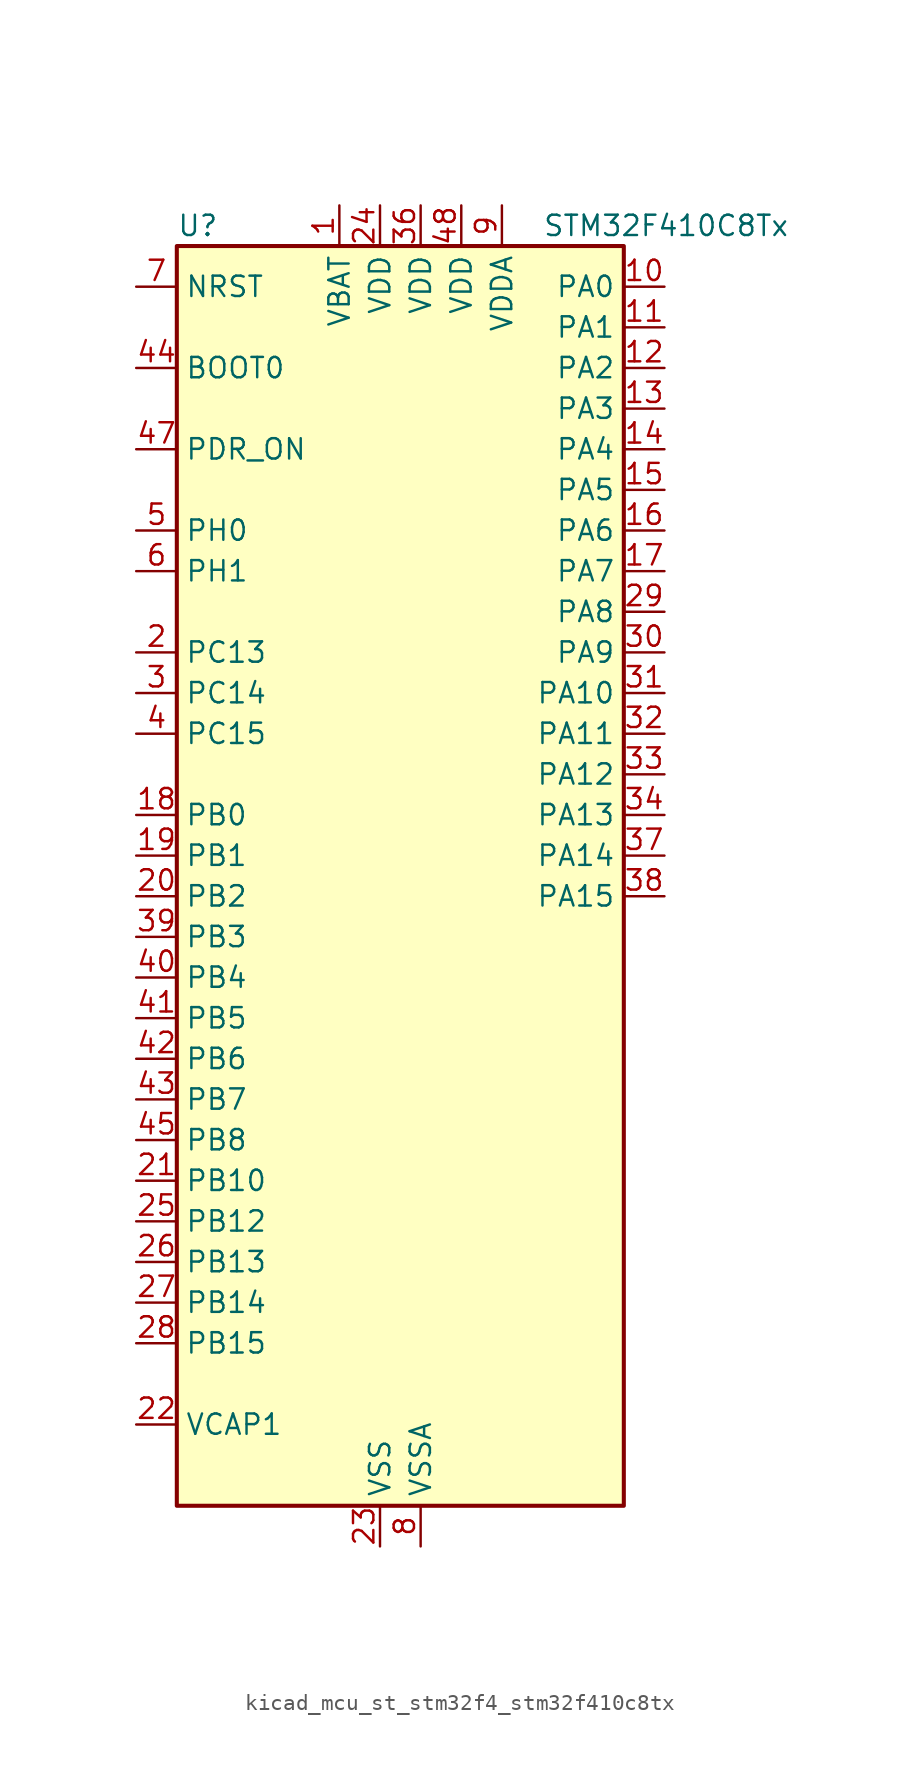
<source format=kicad_sym>
(kicad_symbol_lib
  (version 20220914)
  (generator kicad_symbol_editor)
  (symbol "kicad_mcu_st_stm32f4_stm32f410c8tx"
    (property "Reference" "U"
      (at -12.7 41.91 0)
      (effects (font (size 1.27 1.27)) (justify left)))
    (property "Value" "STM32F410C8Tx"
      (at 10.16 41.91 0)
      (effects (font (size 1.27 1.27)) (justify left)))
    (property "ki_locked" ""
      (at 0 0 0)
      (effects (font (size 1.27 1.27))))
    (symbol "kicad_mcu_st_stm32f4_stm32f410c8tx_0_1"
      (rectangle (start -12.7 -38.1) (end 15.24 40.64) (stroke (width 0.254) (type default)) (fill (type background))))
    (symbol "kicad_mcu_st_stm32f4_stm32f410c8tx_1_1"
      (pin power_in line (at -2.54 43.18 270) (length 2.54) (name "VBAT" (effects (font (size 1.27 1.27)))) (number "1" (effects (font (size 1.27 1.27)))))
      (pin bidirectional line (at 17.78 38.1 180) (length 2.54) (name "PA0" (effects (font (size 1.27 1.27)))) (number "10" (effects (font (size 1.27 1.27)))) (alternate "ADC1_IN0" bidirectional line) (alternate "SYS_WKUP1" bidirectional line) (alternate "TIM5_CH1" bidirectional line) (alternate "USART2_CTS" bidirectional line))
      (pin bidirectional line (at 17.78 35.56 180) (length 2.54) (name "PA1" (effects (font (size 1.27 1.27)))) (number "11" (effects (font (size 1.27 1.27)))) (alternate "ADC1_IN1" bidirectional line) (alternate "TIM5_CH2" bidirectional line) (alternate "USART2_RTS" bidirectional line))
      (pin bidirectional line (at 17.78 33.02 180) (length 2.54) (name "PA2" (effects (font (size 1.27 1.27)))) (number "12" (effects (font (size 1.27 1.27)))) (alternate "ADC1_IN2" bidirectional line) (alternate "I2S_CKIN" bidirectional line) (alternate "TIM5_CH3" bidirectional line) (alternate "TIM9_CH1" bidirectional line) (alternate "USART2_TX" bidirectional line))
      (pin bidirectional line (at 17.78 30.48 180) (length 2.54) (name "PA3" (effects (font (size 1.27 1.27)))) (number "13" (effects (font (size 1.27 1.27)))) (alternate "ADC1_IN3" bidirectional line) (alternate "I2S2_MCK" bidirectional line) (alternate "TIM5_CH4" bidirectional line) (alternate "TIM9_CH2" bidirectional line) (alternate "USART2_RX" bidirectional line))
      (pin bidirectional line (at 17.78 27.94 180) (length 2.54) (name "PA4" (effects (font (size 1.27 1.27)))) (number "14" (effects (font (size 1.27 1.27)))) (alternate "ADC1_IN4" bidirectional line) (alternate "I2S1_WS" bidirectional line) (alternate "SPI1_NSS" bidirectional line) (alternate "USART2_CK" bidirectional line))
      (pin bidirectional line (at 17.78 25.4 180) (length 2.54) (name "PA5" (effects (font (size 1.27 1.27)))) (number "15" (effects (font (size 1.27 1.27)))) (alternate "ADC1_IN5" bidirectional line) (alternate "DAC_OUT1" bidirectional line) (alternate "I2S1_CK" bidirectional line) (alternate "SPI1_SCK" bidirectional line))
      (pin bidirectional line (at 17.78 22.86 180) (length 2.54) (name "PA6" (effects (font (size 1.27 1.27)))) (number "16" (effects (font (size 1.27 1.27)))) (alternate "ADC1_IN6" bidirectional line) (alternate "I2S2_MCK" bidirectional line) (alternate "SPI1_MISO" bidirectional line) (alternate "TIM1_BKIN" bidirectional line))
      (pin bidirectional line (at 17.78 20.32 180) (length 2.54) (name "PA7" (effects (font (size 1.27 1.27)))) (number "17" (effects (font (size 1.27 1.27)))) (alternate "ADC1_IN7" bidirectional line) (alternate "I2S1_SD" bidirectional line) (alternate "SPI1_MOSI" bidirectional line) (alternate "TIM1_CH1N" bidirectional line))
      (pin bidirectional line (at -15.24 5.08 0) (length 2.54) (name "PB0" (effects (font (size 1.27 1.27)))) (number "18" (effects (font (size 1.27 1.27)))) (alternate "ADC1_IN8" bidirectional line) (alternate "I2S5_CK" bidirectional line) (alternate "SPI5_SCK" bidirectional line) (alternate "TIM1_CH2N" bidirectional line))
      (pin bidirectional line (at -15.24 2.54 0) (length 2.54) (name "PB1" (effects (font (size 1.27 1.27)))) (number "19" (effects (font (size 1.27 1.27)))) (alternate "ADC1_IN9" bidirectional line) (alternate "I2S5_WS" bidirectional line) (alternate "SPI5_NSS" bidirectional line) (alternate "TIM1_CH3N" bidirectional line))
      (pin bidirectional line (at -15.24 15.24 0) (length 2.54) (name "PC13" (effects (font (size 1.27 1.27)))) (number "2" (effects (font (size 1.27 1.27)))) (alternate "RTC_AF1" bidirectional line))
      (pin bidirectional line (at -15.24 0 0) (length 2.54) (name "PB2" (effects (font (size 1.27 1.27)))) (number "20" (effects (font (size 1.27 1.27)))) (alternate "LPTIM1_OUT" bidirectional line))
      (pin bidirectional line (at -15.24 -17.78 0) (length 2.54) (name "PB10" (effects (font (size 1.27 1.27)))) (number "21" (effects (font (size 1.27 1.27)))) (alternate "FMPI2C1_SCL" bidirectional line) (alternate "I2C2_SCL" bidirectional line) (alternate "I2S1_MCK" bidirectional line) (alternate "I2S2_CK" bidirectional line) (alternate "SPI2_SCK" bidirectional line))
      (pin power_out line (at -15.24 -33.02 0) (length 2.54) (name "VCAP1" (effects (font (size 1.27 1.27)))) (number "22" (effects (font (size 1.27 1.27)))))
      (pin power_in line (at 0 -40.64 90) (length 2.54) (name "VSS" (effects (font (size 1.27 1.27)))) (number "23" (effects (font (size 1.27 1.27)))))
      (pin power_in line (at 0 43.18 270) (length 2.54) (name "VDD" (effects (font (size 1.27 1.27)))) (number "24" (effects (font (size 1.27 1.27)))))
      (pin bidirectional line (at -15.24 -20.32 0) (length 2.54) (name "PB12" (effects (font (size 1.27 1.27)))) (number "25" (effects (font (size 1.27 1.27)))) (alternate "I2C2_SMBA" bidirectional line) (alternate "I2S2_WS" bidirectional line) (alternate "SPI2_NSS" bidirectional line) (alternate "TIM1_BKIN" bidirectional line) (alternate "TIM5_CH1" bidirectional line))
      (pin bidirectional line (at -15.24 -22.86 0) (length 2.54) (name "PB13" (effects (font (size 1.27 1.27)))) (number "26" (effects (font (size 1.27 1.27)))) (alternate "FMPI2C1_SMBA" bidirectional line) (alternate "I2S2_CK" bidirectional line) (alternate "SPI2_SCK" bidirectional line) (alternate "TIM1_CH1N" bidirectional line))
      (pin bidirectional line (at -15.24 -25.4 0) (length 2.54) (name "PB14" (effects (font (size 1.27 1.27)))) (number "27" (effects (font (size 1.27 1.27)))) (alternate "FMPI2C1_SDA" bidirectional line) (alternate "SPI2_MISO" bidirectional line) (alternate "TIM1_CH2N" bidirectional line))
      (pin bidirectional line (at -15.24 -27.94 0) (length 2.54) (name "PB15" (effects (font (size 1.27 1.27)))) (number "28" (effects (font (size 1.27 1.27)))) (alternate "ADC1_EXTI15" bidirectional line) (alternate "FMPI2C1_SCL" bidirectional line) (alternate "I2S2_SD" bidirectional line) (alternate "RTC_REFIN" bidirectional line) (alternate "SPI2_MOSI" bidirectional line) (alternate "TIM1_CH3N" bidirectional line))
      (pin bidirectional line (at 17.78 17.78 180) (length 2.54) (name "PA8" (effects (font (size 1.27 1.27)))) (number "29" (effects (font (size 1.27 1.27)))) (alternate "FMPI2C1_SCL" bidirectional line) (alternate "RCC_MCO_1" bidirectional line) (alternate "TIM1_CH1" bidirectional line) (alternate "USART1_CK" bidirectional line))
      (pin bidirectional line (at -15.24 12.7 0) (length 2.54) (name "PC14" (effects (font (size 1.27 1.27)))) (number "3" (effects (font (size 1.27 1.27)))) (alternate "RCC_OSC32_IN" bidirectional line))
      (pin bidirectional line (at 17.78 15.24 180) (length 2.54) (name "PA9" (effects (font (size 1.27 1.27)))) (number "30" (effects (font (size 1.27 1.27)))) (alternate "DAC_EXTI9" bidirectional line) (alternate "TIM1_CH2" bidirectional line) (alternate "USART1_TX" bidirectional line))
      (pin bidirectional line (at 17.78 12.7 180) (length 2.54) (name "PA10" (effects (font (size 1.27 1.27)))) (number "31" (effects (font (size 1.27 1.27)))) (alternate "I2S5_SD" bidirectional line) (alternate "SPI5_MOSI" bidirectional line) (alternate "TIM1_CH3" bidirectional line) (alternate "USART1_RX" bidirectional line))
      (pin bidirectional line (at 17.78 10.16 180) (length 2.54) (name "PA11" (effects (font (size 1.27 1.27)))) (number "32" (effects (font (size 1.27 1.27)))) (alternate "ADC1_EXTI11" bidirectional line) (alternate "TIM1_CH4" bidirectional line) (alternate "USART1_CTS" bidirectional line) (alternate "USART6_TX" bidirectional line))
      (pin bidirectional line (at 17.78 7.62 180) (length 2.54) (name "PA12" (effects (font (size 1.27 1.27)))) (number "33" (effects (font (size 1.27 1.27)))) (alternate "SPI5_MISO" bidirectional line) (alternate "TIM1_ETR" bidirectional line) (alternate "USART1_RTS" bidirectional line) (alternate "USART6_RX" bidirectional line))
      (pin bidirectional line (at 17.78 5.08 180) (length 2.54) (name "PA13" (effects (font (size 1.27 1.27)))) (number "34" (effects (font (size 1.27 1.27)))) (alternate "SYS_JTMS-SWDIO" bidirectional line))
      (pin passive line (at 0 -40.64 90) (length 2.54) hide (name "VSS" (effects (font (size 1.27 1.27)))) (number "35" (effects (font (size 1.27 1.27)))))
      (pin power_in line (at 2.54 43.18 270) (length 2.54) (name "VDD" (effects (font (size 1.27 1.27)))) (number "36" (effects (font (size 1.27 1.27)))))
      (pin bidirectional line (at 17.78 2.54 180) (length 2.54) (name "PA14" (effects (font (size 1.27 1.27)))) (number "37" (effects (font (size 1.27 1.27)))) (alternate "SYS_JTCK-SWCLK" bidirectional line))
      (pin bidirectional line (at 17.78 0 180) (length 2.54) (name "PA15" (effects (font (size 1.27 1.27)))) (number "38" (effects (font (size 1.27 1.27)))) (alternate "ADC1_EXTI15" bidirectional line) (alternate "I2S1_WS" bidirectional line) (alternate "SPI1_NSS" bidirectional line) (alternate "SYS_JTDI" bidirectional line) (alternate "USART1_TX" bidirectional line))
      (pin bidirectional line (at -15.24 -2.54 0) (length 2.54) (name "PB3" (effects (font (size 1.27 1.27)))) (number "39" (effects (font (size 1.27 1.27)))) (alternate "FMPI2C1_SDA" bidirectional line) (alternate "I2C2_SDA" bidirectional line) (alternate "I2S1_CK" bidirectional line) (alternate "SPI1_SCK" bidirectional line) (alternate "SYS_JTDO-SWO" bidirectional line) (alternate "USART1_RX" bidirectional line))
      (pin bidirectional line (at -15.24 10.16 0) (length 2.54) (name "PC15" (effects (font (size 1.27 1.27)))) (number "4" (effects (font (size 1.27 1.27)))) (alternate "ADC1_EXTI15" bidirectional line) (alternate "RCC_OSC32_OUT" bidirectional line))
      (pin bidirectional line (at -15.24 -5.08 0) (length 2.54) (name "PB4" (effects (font (size 1.27 1.27)))) (number "40" (effects (font (size 1.27 1.27)))) (alternate "SPI1_MISO" bidirectional line) (alternate "SYS_JTRST" bidirectional line))
      (pin bidirectional line (at -15.24 -7.62 0) (length 2.54) (name "PB5" (effects (font (size 1.27 1.27)))) (number "41" (effects (font (size 1.27 1.27)))) (alternate "I2C1_SMBA" bidirectional line) (alternate "I2S1_SD" bidirectional line) (alternate "LPTIM1_IN1" bidirectional line) (alternate "SPI1_MOSI" bidirectional line))
      (pin bidirectional line (at -15.24 -10.16 0) (length 2.54) (name "PB6" (effects (font (size 1.27 1.27)))) (number "42" (effects (font (size 1.27 1.27)))) (alternate "I2C1_SCL" bidirectional line) (alternate "LPTIM1_ETR" bidirectional line) (alternate "USART1_TX" bidirectional line))
      (pin bidirectional line (at -15.24 -12.7 0) (length 2.54) (name "PB7" (effects (font (size 1.27 1.27)))) (number "43" (effects (font (size 1.27 1.27)))) (alternate "I2C1_SDA" bidirectional line) (alternate "LPTIM1_IN2" bidirectional line) (alternate "USART1_RX" bidirectional line))
      (pin input line (at -15.24 33.02 0) (length 2.54) (name "BOOT0" (effects (font (size 1.27 1.27)))) (number "44" (effects (font (size 1.27 1.27)))))
      (pin bidirectional line (at -15.24 -15.24 0) (length 2.54) (name "PB8" (effects (font (size 1.27 1.27)))) (number "45" (effects (font (size 1.27 1.27)))) (alternate "I2C1_SCL" bidirectional line) (alternate "I2S5_SD" bidirectional line) (alternate "LPTIM1_OUT" bidirectional line) (alternate "SPI5_MOSI" bidirectional line))
      (pin passive line (at 0 -40.64 90) (length 2.54) hide (name "VSS" (effects (font (size 1.27 1.27)))) (number "46" (effects (font (size 1.27 1.27)))))
      (pin input line (at -15.24 27.94 0) (length 2.54) (name "PDR_ON" (effects (font (size 1.27 1.27)))) (number "47" (effects (font (size 1.27 1.27)))))
      (pin power_in line (at 5.08 43.18 270) (length 2.54) (name "VDD" (effects (font (size 1.27 1.27)))) (number "48" (effects (font (size 1.27 1.27)))))
      (pin bidirectional line (at -15.24 22.86 0) (length 2.54) (name "PH0" (effects (font (size 1.27 1.27)))) (number "5" (effects (font (size 1.27 1.27)))) (alternate "RCC_OSC_IN" bidirectional line))
      (pin bidirectional line (at -15.24 20.32 0) (length 2.54) (name "PH1" (effects (font (size 1.27 1.27)))) (number "6" (effects (font (size 1.27 1.27)))) (alternate "RCC_OSC_OUT" bidirectional line))
      (pin input line (at -15.24 38.1 0) (length 2.54) (name "NRST" (effects (font (size 1.27 1.27)))) (number "7" (effects (font (size 1.27 1.27)))))
      (pin power_in line (at 2.54 -40.64 90) (length 2.54) (name "VSSA" (effects (font (size 1.27 1.27)))) (number "8" (effects (font (size 1.27 1.27)))))
      (pin power_in line (at 7.62 43.18 270) (length 2.54) (name "VDDA" (effects (font (size 1.27 1.27)))) (number "9" (effects (font (size 1.27 1.27))))))))
</source>
